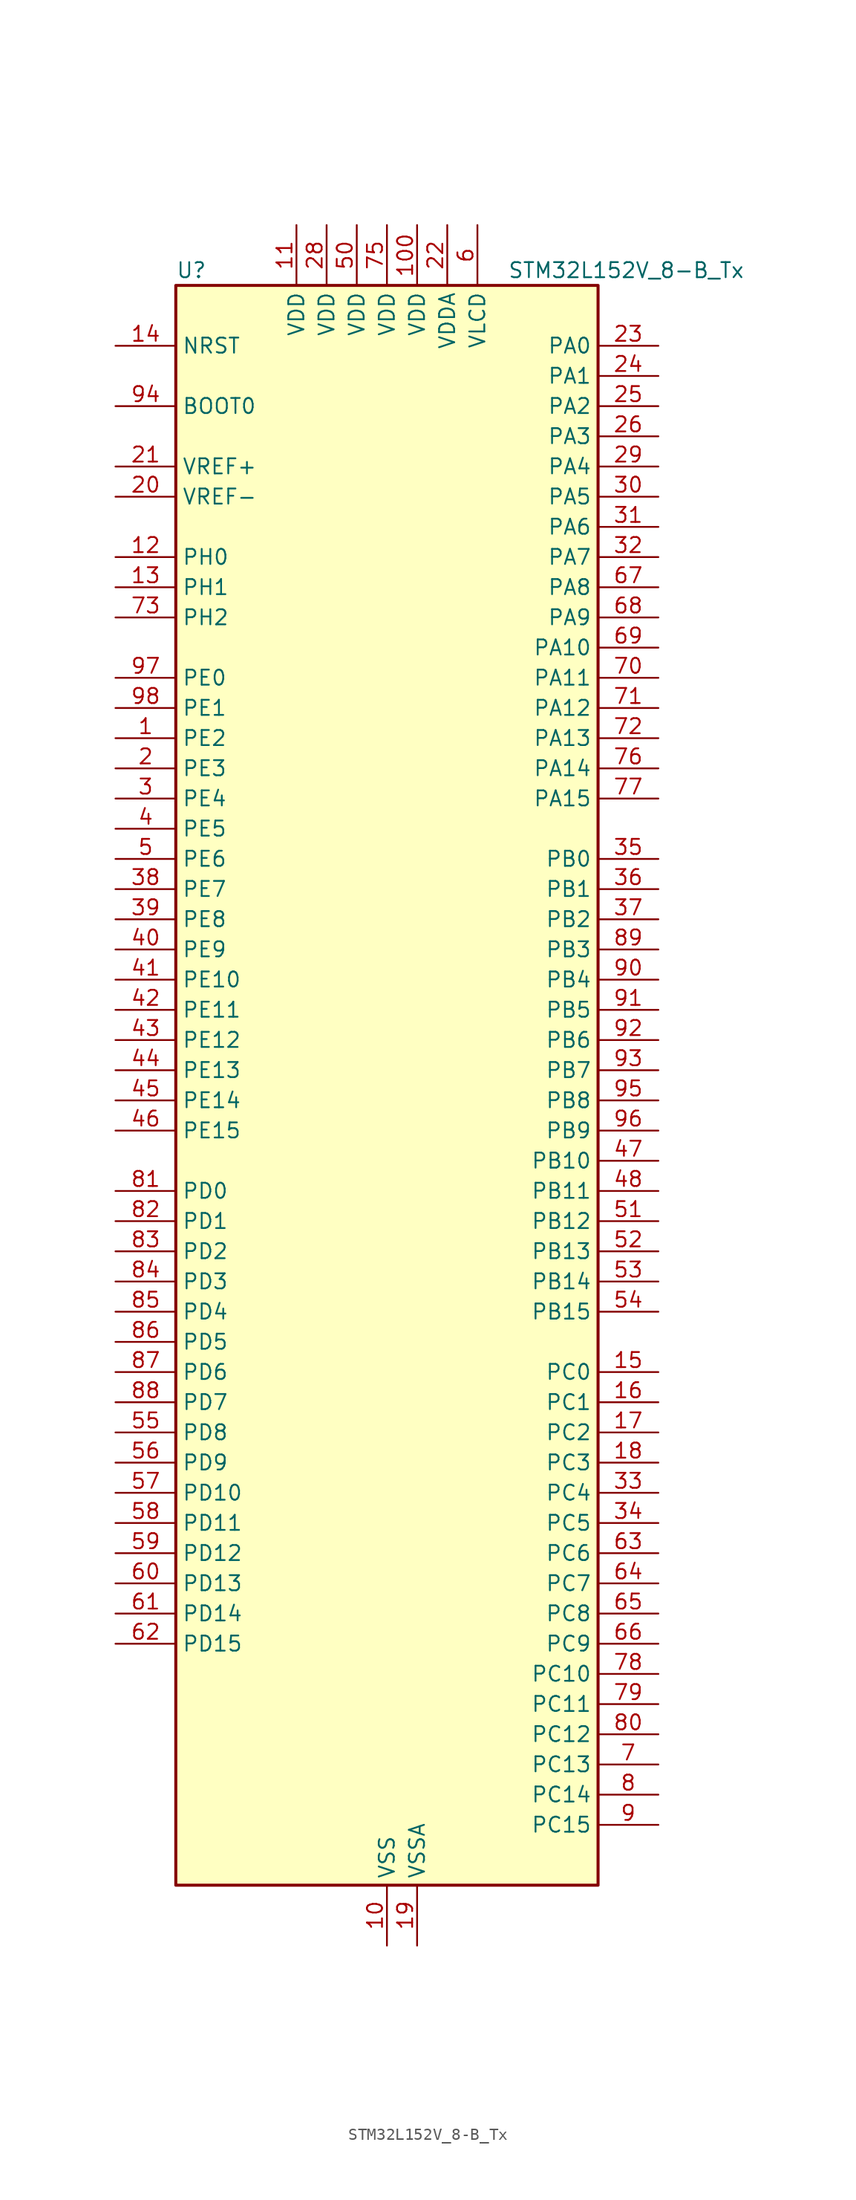
<source format=kicad_sym>
(kicad_symbol_lib
  (version 20241209)
  (generator "kicad_symbol_editor")
  (generator_version "9.0")
  (symbol "STM32L152V_8-B_Tx"
    (property "Reference" "U"
      (at -17.78 69.85 0)
      (effects (font (size 1.27 1.27)) (justify left)))
    (property "Value" "STM32L152V_8-B_Tx"
      (at 10.16 69.85 0)
      (effects (font (size 1.27 1.27)) (justify left)))
    (symbol "STM32L152V_8-B_Tx_0_1"
      (rectangle (start -17.78 -66.04) (end 17.78 68.58) (stroke (width 0.254) (type default)) (fill (type background))))
    (symbol "STM32L152V_8-B_Tx_1_1"
      (pin input line (at -22.86 63.5 0) (length 5.08) (name "NRST" (effects (font (size 1.27 1.27)))) (number "14" (effects (font (size 1.27 1.27)))))
      (pin input line (at -22.86 58.42 0) (length 5.08) (name "BOOT0" (effects (font (size 1.27 1.27)))) (number "94" (effects (font (size 1.27 1.27)))))
      (pin input line (at -22.86 53.34 0) (length 5.08) (name "VREF+" (effects (font (size 1.27 1.27)))) (number "21" (effects (font (size 1.27 1.27)))))
      (pin input line (at -22.86 50.8 0) (length 5.08) (name "VREF-" (effects (font (size 1.27 1.27)))) (number "20" (effects (font (size 1.27 1.27)))))
      (pin bidirectional line (at -22.86 45.72 0) (length 5.08) (name "PH0" (effects (font (size 1.27 1.27)))) (number "12" (effects (font (size 1.27 1.27)))) (alternate "RCC_OSC_IN" bidirectional line))
      (pin bidirectional line (at -22.86 43.18 0) (length 5.08) (name "PH1" (effects (font (size 1.27 1.27)))) (number "13" (effects (font (size 1.27 1.27)))) (alternate "RCC_OSC_OUT" bidirectional line))
      (pin bidirectional line (at -22.86 40.64 0) (length 5.08) (name "PH2" (effects (font (size 1.27 1.27)))) (number "73" (effects (font (size 1.27 1.27)))))
      (pin bidirectional line (at -22.86 35.56 0) (length 5.08) (name "PE0" (effects (font (size 1.27 1.27)))) (number "97" (effects (font (size 1.27 1.27)))) (alternate "LCD_SEG36" bidirectional line) (alternate "TIM10_CH1" bidirectional line) (alternate "TIM4_ETR" bidirectional line) (alternate "TIMX_IC1" bidirectional line))
      (pin bidirectional line (at -22.86 33.02 0) (length 5.08) (name "PE1" (effects (font (size 1.27 1.27)))) (number "98" (effects (font (size 1.27 1.27)))) (alternate "LCD_SEG37" bidirectional line) (alternate "TIM11_CH1" bidirectional line) (alternate "TIMX_IC2" bidirectional line))
      (pin bidirectional line (at -22.86 30.48 0) (length 5.08) (name "PE2" (effects (font (size 1.27 1.27)))) (number "1" (effects (font (size 1.27 1.27)))) (alternate "LCD_SEG38" bidirectional line) (alternate "SYS_TRACECK" bidirectional line) (alternate "TIM3_ETR" bidirectional line) (alternate "TIMX_IC3" bidirectional line))
      (pin bidirectional line (at -22.86 27.94 0) (length 5.08) (name "PE3" (effects (font (size 1.27 1.27)))) (number "2" (effects (font (size 1.27 1.27)))) (alternate "LCD_SEG39" bidirectional line) (alternate "SYS_TRACED0" bidirectional line) (alternate "TIM3_CH1" bidirectional line) (alternate "TIMX_IC4" bidirectional line))
      (pin bidirectional line (at -22.86 25.4 0) (length 5.08) (name "PE4" (effects (font (size 1.27 1.27)))) (number "3" (effects (font (size 1.27 1.27)))) (alternate "SYS_TRACED1" bidirectional line) (alternate "TIM3_CH2" bidirectional line) (alternate "TIMX_IC1" bidirectional line))
      (pin bidirectional line (at -22.86 22.86 0) (length 5.08) (name "PE5" (effects (font (size 1.27 1.27)))) (number "4" (effects (font (size 1.27 1.27)))) (alternate "SYS_TRACED2" bidirectional line) (alternate "TIM9_CH1" bidirectional line) (alternate "TIMX_IC2" bidirectional line))
      (pin bidirectional line (at -22.86 20.32 0) (length 5.08) (name "PE6" (effects (font (size 1.27 1.27)))) (number "5" (effects (font (size 1.27 1.27)))) (alternate "SYS_TRACED3" bidirectional line) (alternate "SYS_WKUP3" bidirectional line) (alternate "TIM9_CH2" bidirectional line) (alternate "TIMX_IC3" bidirectional line))
      (pin bidirectional line (at -22.86 17.78 0) (length 5.08) (name "PE7" (effects (font (size 1.27 1.27)))) (number "38" (effects (font (size 1.27 1.27)))) (alternate "ADC_IN22" bidirectional line) (alternate "COMP1_INP" bidirectional line) (alternate "TIMX_IC4" bidirectional line))
      (pin bidirectional line (at -22.86 15.24 0) (length 5.08) (name "PE8" (effects (font (size 1.27 1.27)))) (number "39" (effects (font (size 1.27 1.27)))) (alternate "ADC_IN23" bidirectional line) (alternate "COMP1_INP" bidirectional line) (alternate "TIMX_IC1" bidirectional line))
      (pin bidirectional line (at -22.86 12.7 0) (length 5.08) (name "PE9" (effects (font (size 1.27 1.27)))) (number "40" (effects (font (size 1.27 1.27)))) (alternate "ADC_IN24" bidirectional line) (alternate "COMP1_INP" bidirectional line) (alternate "DAC_EXTI9" bidirectional line) (alternate "TIM2_CH1" bidirectional line) (alternate "TIM2_ETR" bidirectional line) (alternate "TIMX_IC2" bidirectional line))
      (pin bidirectional line (at -22.86 10.16 0) (length 5.08) (name "PE10" (effects (font (size 1.27 1.27)))) (number "41" (effects (font (size 1.27 1.27)))) (alternate "ADC_IN25" bidirectional line) (alternate "COMP1_INP" bidirectional line) (alternate "TIM2_CH2" bidirectional line) (alternate "TIMX_IC3" bidirectional line))
      (pin bidirectional line (at -22.86 7.62 0) (length 5.08) (name "PE11" (effects (font (size 1.27 1.27)))) (number "42" (effects (font (size 1.27 1.27)))) (alternate "ADC_EXTI11" bidirectional line) (alternate "TIM2_CH3" bidirectional line) (alternate "TIMX_IC4" bidirectional line))
      (pin bidirectional line (at -22.86 5.08 0) (length 5.08) (name "PE12" (effects (font (size 1.27 1.27)))) (number "43" (effects (font (size 1.27 1.27)))) (alternate "SPI1_NSS" bidirectional line) (alternate "TIM2_CH4" bidirectional line) (alternate "TIMX_IC1" bidirectional line))
      (pin bidirectional line (at -22.86 2.54 0) (length 5.08) (name "PE13" (effects (font (size 1.27 1.27)))) (number "44" (effects (font (size 1.27 1.27)))) (alternate "SPI1_SCK" bidirectional line) (alternate "TIMX_IC2" bidirectional line))
      (pin bidirectional line (at -22.86 0 0) (length 5.08) (name "PE14" (effects (font (size 1.27 1.27)))) (number "45" (effects (font (size 1.27 1.27)))) (alternate "SPI1_MISO" bidirectional line) (alternate "TIMX_IC3" bidirectional line))
      (pin bidirectional line (at -22.86 -2.54 0) (length 5.08) (name "PE15" (effects (font (size 1.27 1.27)))) (number "46" (effects (font (size 1.27 1.27)))) (alternate "ADC_EXTI15" bidirectional line) (alternate "SPI1_MOSI" bidirectional line) (alternate "TIMX_IC4" bidirectional line))
      (pin bidirectional line (at -22.86 -7.62 0) (length 5.08) (name "PD0" (effects (font (size 1.27 1.27)))) (number "81" (effects (font (size 1.27 1.27)))) (alternate "SPI2_NSS" bidirectional line) (alternate "TIM9_CH1" bidirectional line) (alternate "TIMX_IC1" bidirectional line))
      (pin bidirectional line (at -22.86 -10.16 0) (length 5.08) (name "PD1" (effects (font (size 1.27 1.27)))) (number "82" (effects (font (size 1.27 1.27)))) (alternate "SPI2_SCK" bidirectional line) (alternate "TIMX_IC2" bidirectional line))
      (pin bidirectional line (at -22.86 -12.7 0) (length 5.08) (name "PD2" (effects (font (size 1.27 1.27)))) (number "83" (effects (font (size 1.27 1.27)))) (alternate "LCD_COM7" bidirectional line) (alternate "LCD_SEG31" bidirectional line) (alternate "LCD_SEG43" bidirectional line) (alternate "TIM3_ETR" bidirectional line) (alternate "TIMX_IC3" bidirectional line))
      (pin bidirectional line (at -22.86 -15.24 0) (length 5.08) (name "PD3" (effects (font (size 1.27 1.27)))) (number "84" (effects (font (size 1.27 1.27)))) (alternate "SPI2_MISO" bidirectional line) (alternate "TIMX_IC4" bidirectional line) (alternate "USART2_CTS" bidirectional line))
      (pin bidirectional line (at -22.86 -17.78 0) (length 5.08) (name "PD4" (effects (font (size 1.27 1.27)))) (number "85" (effects (font (size 1.27 1.27)))) (alternate "SPI2_MOSI" bidirectional line) (alternate "TIMX_IC1" bidirectional line) (alternate "USART2_RTS" bidirectional line))
      (pin bidirectional line (at -22.86 -20.32 0) (length 5.08) (name "PD5" (effects (font (size 1.27 1.27)))) (number "86" (effects (font (size 1.27 1.27)))) (alternate "TIMX_IC2" bidirectional line) (alternate "USART2_TX" bidirectional line))
      (pin bidirectional line (at -22.86 -22.86 0) (length 5.08) (name "PD6" (effects (font (size 1.27 1.27)))) (number "87" (effects (font (size 1.27 1.27)))) (alternate "TIMX_IC3" bidirectional line) (alternate "USART2_RX" bidirectional line))
      (pin bidirectional line (at -22.86 -25.4 0) (length 5.08) (name "PD7" (effects (font (size 1.27 1.27)))) (number "88" (effects (font (size 1.27 1.27)))) (alternate "TIM9_CH2" bidirectional line) (alternate "TIMX_IC4" bidirectional line) (alternate "USART2_CK" bidirectional line))
      (pin bidirectional line (at -22.86 -27.94 0) (length 5.08) (name "PD8" (effects (font (size 1.27 1.27)))) (number "55" (effects (font (size 1.27 1.27)))) (alternate "LCD_SEG28" bidirectional line) (alternate "TIMX_IC1" bidirectional line) (alternate "USART3_TX" bidirectional line))
      (pin bidirectional line (at -22.86 -30.48 0) (length 5.08) (name "PD9" (effects (font (size 1.27 1.27)))) (number "56" (effects (font (size 1.27 1.27)))) (alternate "DAC_EXTI9" bidirectional line) (alternate "LCD_SEG29" bidirectional line) (alternate "TIMX_IC2" bidirectional line) (alternate "USART3_RX" bidirectional line))
      (pin bidirectional line (at -22.86 -33.02 0) (length 5.08) (name "PD10" (effects (font (size 1.27 1.27)))) (number "57" (effects (font (size 1.27 1.27)))) (alternate "LCD_SEG30" bidirectional line) (alternate "TIMX_IC3" bidirectional line) (alternate "USART3_CK" bidirectional line))
      (pin bidirectional line (at -22.86 -35.56 0) (length 5.08) (name "PD11" (effects (font (size 1.27 1.27)))) (number "58" (effects (font (size 1.27 1.27)))) (alternate "ADC_EXTI11" bidirectional line) (alternate "LCD_SEG31" bidirectional line) (alternate "TIMX_IC4" bidirectional line) (alternate "USART3_CTS" bidirectional line))
      (pin bidirectional line (at -22.86 -38.1 0) (length 5.08) (name "PD12" (effects (font (size 1.27 1.27)))) (number "59" (effects (font (size 1.27 1.27)))) (alternate "LCD_SEG32" bidirectional line) (alternate "TIM4_CH1" bidirectional line) (alternate "TIMX_IC1" bidirectional line) (alternate "USART3_RTS" bidirectional line))
      (pin bidirectional line (at -22.86 -40.64 0) (length 5.08) (name "PD13" (effects (font (size 1.27 1.27)))) (number "60" (effects (font (size 1.27 1.27)))) (alternate "LCD_SEG33" bidirectional line) (alternate "TIM4_CH2" bidirectional line) (alternate "TIMX_IC2" bidirectional line))
      (pin bidirectional line (at -22.86 -43.18 0) (length 5.08) (name "PD14" (effects (font (size 1.27 1.27)))) (number "61" (effects (font (size 1.27 1.27)))) (alternate "LCD_SEG34" bidirectional line) (alternate "TIM4_CH3" bidirectional line) (alternate "TIMX_IC3" bidirectional line))
      (pin bidirectional line (at -22.86 -45.72 0) (length 5.08) (name "PD15" (effects (font (size 1.27 1.27)))) (number "62" (effects (font (size 1.27 1.27)))) (alternate "ADC_EXTI15" bidirectional line) (alternate "LCD_SEG35" bidirectional line) (alternate "TIM4_CH4" bidirectional line) (alternate "TIMX_IC4" bidirectional line))
      (pin power_in line (at -7.62 73.66 270) (length 5.08) (name "VDD" (effects (font (size 1.27 1.27)))) (number "11" (effects (font (size 1.27 1.27)))))
      (pin power_in line (at -5.08 73.66 270) (length 5.08) (name "VDD" (effects (font (size 1.27 1.27)))) (number "28" (effects (font (size 1.27 1.27)))))
      (pin power_in line (at -2.54 73.66 270) (length 5.08) (name "VDD" (effects (font (size 1.27 1.27)))) (number "50" (effects (font (size 1.27 1.27)))))
      (pin power_in line (at 0 73.66 270) (length 5.08) (name "VDD" (effects (font (size 1.27 1.27)))) (number "75" (effects (font (size 1.27 1.27)))))
      (pin power_in line (at 0 -71.12 90) (length 5.08) (name "VSS" (effects (font (size 1.27 1.27)))) (number "10" (effects (font (size 1.27 1.27)))))
      (pin passive line (at 0 -71.12 90) (length 5.08) (hide yes) (name "VSS" (effects (font (size 1.27 1.27)))) (number "27" (effects (font (size 1.27 1.27)))))
      (pin passive line (at 0 -71.12 90) (length 5.08) (hide yes) (name "VSS" (effects (font (size 1.27 1.27)))) (number "49" (effects (font (size 1.27 1.27)))))
      (pin passive line (at 0 -71.12 90) (length 5.08) (hide yes) (name "VSS" (effects (font (size 1.27 1.27)))) (number "74" (effects (font (size 1.27 1.27)))))
      (pin passive line (at 0 -71.12 90) (length 5.08) (hide yes) (name "VSS" (effects (font (size 1.27 1.27)))) (number "99" (effects (font (size 1.27 1.27)))))
      (pin power_in line (at 2.54 73.66 270) (length 5.08) (name "VDD" (effects (font (size 1.27 1.27)))) (number "100" (effects (font (size 1.27 1.27)))))
      (pin power_in line (at 2.54 -71.12 90) (length 5.08) (name "VSSA" (effects (font (size 1.27 1.27)))) (number "19" (effects (font (size 1.27 1.27)))))
      (pin power_in line (at 5.08 73.66 270) (length 5.08) (name "VDDA" (effects (font (size 1.27 1.27)))) (number "22" (effects (font (size 1.27 1.27)))))
      (pin power_in line (at 7.62 73.66 270) (length 5.08) (name "VLCD" (effects (font (size 1.27 1.27)))) (number "6" (effects (font (size 1.27 1.27)))))
      (pin bidirectional line (at 22.86 63.5 180) (length 5.08) (name "PA0" (effects (font (size 1.27 1.27)))) (number "23" (effects (font (size 1.27 1.27)))) (alternate "ADC_IN0" bidirectional line) (alternate "COMP1_INP" bidirectional line) (alternate "SYS_WKUP1" bidirectional line) (alternate "TIM2_CH1" bidirectional line) (alternate "TIM2_ETR" bidirectional line) (alternate "TIMX_IC1" bidirectional line) (alternate "TS_G1_IO1" bidirectional line) (alternate "USART2_CTS" bidirectional line))
      (pin bidirectional line (at 22.86 60.96 180) (length 5.08) (name "PA1" (effects (font (size 1.27 1.27)))) (number "24" (effects (font (size 1.27 1.27)))) (alternate "ADC_IN1" bidirectional line) (alternate "COMP1_INP" bidirectional line) (alternate "LCD_SEG0" bidirectional line) (alternate "TIM2_CH2" bidirectional line) (alternate "TIMX_IC2" bidirectional line) (alternate "TS_G1_IO2" bidirectional line) (alternate "USART2_RTS" bidirectional line))
      (pin bidirectional line (at 22.86 58.42 180) (length 5.08) (name "PA2" (effects (font (size 1.27 1.27)))) (number "25" (effects (font (size 1.27 1.27)))) (alternate "ADC_IN2" bidirectional line) (alternate "COMP1_INP" bidirectional line) (alternate "LCD_SEG1" bidirectional line) (alternate "TIM2_CH3" bidirectional line) (alternate "TIM9_CH1" bidirectional line) (alternate "TIMX_IC3" bidirectional line) (alternate "TS_G1_IO3" bidirectional line) (alternate "USART2_TX" bidirectional line))
      (pin bidirectional line (at 22.86 55.88 180) (length 5.08) (name "PA3" (effects (font (size 1.27 1.27)))) (number "26" (effects (font (size 1.27 1.27)))) (alternate "ADC_IN3" bidirectional line) (alternate "COMP1_INP" bidirectional line) (alternate "LCD_SEG2" bidirectional line) (alternate "TIM2_CH4" bidirectional line) (alternate "TIM9_CH2" bidirectional line) (alternate "TIMX_IC4" bidirectional line) (alternate "TS_G1_IO4" bidirectional line) (alternate "USART2_RX" bidirectional line))
      (pin bidirectional line (at 22.86 53.34 180) (length 5.08) (name "PA4" (effects (font (size 1.27 1.27)))) (number "29" (effects (font (size 1.27 1.27)))) (alternate "ADC_IN4" bidirectional line) (alternate "COMP1_INP" bidirectional line) (alternate "DAC_OUT1" bidirectional line) (alternate "SPI1_NSS" bidirectional line) (alternate "TIMX_IC1" bidirectional line) (alternate "USART2_CK" bidirectional line))
      (pin bidirectional line (at 22.86 50.8 180) (length 5.08) (name "PA5" (effects (font (size 1.27 1.27)))) (number "30" (effects (font (size 1.27 1.27)))) (alternate "ADC_IN5" bidirectional line) (alternate "COMP1_INP" bidirectional line) (alternate "DAC_OUT2" bidirectional line) (alternate "SPI1_SCK" bidirectional line) (alternate "TIM2_CH1" bidirectional line) (alternate "TIM2_ETR" bidirectional line) (alternate "TIMX_IC2" bidirectional line))
      (pin bidirectional line (at 22.86 48.26 180) (length 5.08) (name "PA6" (effects (font (size 1.27 1.27)))) (number "31" (effects (font (size 1.27 1.27)))) (alternate "ADC_IN6" bidirectional line) (alternate "COMP1_INP" bidirectional line) (alternate "LCD_SEG3" bidirectional line) (alternate "SPI1_MISO" bidirectional line) (alternate "TIM10_CH1" bidirectional line) (alternate "TIM3_CH1" bidirectional line) (alternate "TIMX_IC3" bidirectional line) (alternate "TS_G2_IO1" bidirectional line))
      (pin bidirectional line (at 22.86 45.72 180) (length 5.08) (name "PA7" (effects (font (size 1.27 1.27)))) (number "32" (effects (font (size 1.27 1.27)))) (alternate "ADC_IN7" bidirectional line) (alternate "COMP1_INP" bidirectional line) (alternate "LCD_SEG4" bidirectional line) (alternate "SPI1_MOSI" bidirectional line) (alternate "TIM11_CH1" bidirectional line) (alternate "TIM3_CH2" bidirectional line) (alternate "TIMX_IC4" bidirectional line) (alternate "TS_G2_IO2" bidirectional line))
      (pin bidirectional line (at 22.86 43.18 180) (length 5.08) (name "PA8" (effects (font (size 1.27 1.27)))) (number "67" (effects (font (size 1.27 1.27)))) (alternate "LCD_COM0" bidirectional line) (alternate "RCC_MCO" bidirectional line) (alternate "TIMX_IC1" bidirectional line) (alternate "TS_G4_IO1" bidirectional line) (alternate "USART1_CK" bidirectional line))
      (pin bidirectional line (at 22.86 40.64 180) (length 5.08) (name "PA9" (effects (font (size 1.27 1.27)))) (number "68" (effects (font (size 1.27 1.27)))) (alternate "DAC_EXTI9" bidirectional line) (alternate "LCD_COM1" bidirectional line) (alternate "TIMX_IC2" bidirectional line) (alternate "TS_G4_IO2" bidirectional line) (alternate "USART1_TX" bidirectional line))
      (pin bidirectional line (at 22.86 38.1 180) (length 5.08) (name "PA10" (effects (font (size 1.27 1.27)))) (number "69" (effects (font (size 1.27 1.27)))) (alternate "LCD_COM2" bidirectional line) (alternate "TIMX_IC3" bidirectional line) (alternate "TS_G4_IO3" bidirectional line) (alternate "USART1_RX" bidirectional line))
      (pin bidirectional line (at 22.86 35.56 180) (length 5.08) (name "PA11" (effects (font (size 1.27 1.27)))) (number "70" (effects (font (size 1.27 1.27)))) (alternate "ADC_EXTI11" bidirectional line) (alternate "SPI1_MISO" bidirectional line) (alternate "TIMX_IC4" bidirectional line) (alternate "USART1_CTS" bidirectional line) (alternate "USB_DM" bidirectional line))
      (pin bidirectional line (at 22.86 33.02 180) (length 5.08) (name "PA12" (effects (font (size 1.27 1.27)))) (number "71" (effects (font (size 1.27 1.27)))) (alternate "SPI1_MOSI" bidirectional line) (alternate "TIMX_IC1" bidirectional line) (alternate "USART1_RTS" bidirectional line) (alternate "USB_DP" bidirectional line))
      (pin bidirectional line (at 22.86 30.48 180) (length 5.08) (name "PA13" (effects (font (size 1.27 1.27)))) (number "72" (effects (font (size 1.27 1.27)))) (alternate "SYS_JTMS-SWDIO" bidirectional line) (alternate "TIMX_IC2" bidirectional line) (alternate "TS_G5_IO1" bidirectional line))
      (pin bidirectional line (at 22.86 27.94 180) (length 5.08) (name "PA14" (effects (font (size 1.27 1.27)))) (number "76" (effects (font (size 1.27 1.27)))) (alternate "SYS_JTCK-SWCLK" bidirectional line) (alternate "TIMX_IC3" bidirectional line) (alternate "TS_G5_IO2" bidirectional line))
      (pin bidirectional line (at 22.86 25.4 180) (length 5.08) (name "PA15" (effects (font (size 1.27 1.27)))) (number "77" (effects (font (size 1.27 1.27)))) (alternate "ADC_EXTI15" bidirectional line) (alternate "LCD_SEG17" bidirectional line) (alternate "SPI1_NSS" bidirectional line) (alternate "SYS_JTDI" bidirectional line) (alternate "TIM2_CH1" bidirectional line) (alternate "TIM2_ETR" bidirectional line) (alternate "TIMX_IC4" bidirectional line) (alternate "TS_G5_IO3" bidirectional line))
      (pin bidirectional line (at 22.86 20.32 180) (length 5.08) (name "PB0" (effects (font (size 1.27 1.27)))) (number "35" (effects (font (size 1.27 1.27)))) (alternate "ADC_IN8" bidirectional line) (alternate "COMP1_INP" bidirectional line) (alternate "LCD_SEG5" bidirectional line) (alternate "SYS_V_REF_OUT" bidirectional line) (alternate "TIM3_CH3" bidirectional line) (alternate "TS_G3_IO1" bidirectional line))
      (pin bidirectional line (at 22.86 17.78 180) (length 5.08) (name "PB1" (effects (font (size 1.27 1.27)))) (number "36" (effects (font (size 1.27 1.27)))) (alternate "ADC_IN9" bidirectional line) (alternate "COMP1_INP" bidirectional line) (alternate "LCD_SEG6" bidirectional line) (alternate "SYS_V_REF_OUT" bidirectional line) (alternate "TIM3_CH4" bidirectional line) (alternate "TS_G3_IO2" bidirectional line))
      (pin bidirectional line (at 22.86 15.24 180) (length 5.08) (name "PB2" (effects (font (size 1.27 1.27)))) (number "37" (effects (font (size 1.27 1.27)))))
      (pin bidirectional line (at 22.86 12.7 180) (length 5.08) (name "PB3" (effects (font (size 1.27 1.27)))) (number "89" (effects (font (size 1.27 1.27)))) (alternate "COMP2_INM" bidirectional line) (alternate "LCD_SEG7" bidirectional line) (alternate "SPI1_SCK" bidirectional line) (alternate "SYS_JTDO-TRACESWO" bidirectional line) (alternate "TIM2_CH2" bidirectional line))
      (pin bidirectional line (at 22.86 10.16 180) (length 5.08) (name "PB4" (effects (font (size 1.27 1.27)))) (number "90" (effects (font (size 1.27 1.27)))) (alternate "COMP2_INP" bidirectional line) (alternate "LCD_SEG8" bidirectional line) (alternate "SPI1_MISO" bidirectional line) (alternate "SYS_JTRST" bidirectional line) (alternate "TIM3_CH1" bidirectional line) (alternate "TS_G6_IO1" bidirectional line))
      (pin bidirectional line (at 22.86 7.62 180) (length 5.08) (name "PB5" (effects (font (size 1.27 1.27)))) (number "91" (effects (font (size 1.27 1.27)))) (alternate "COMP2_INP" bidirectional line) (alternate "I2C1_SMBA" bidirectional line) (alternate "LCD_SEG9" bidirectional line) (alternate "SPI1_MOSI" bidirectional line) (alternate "TIM3_CH2" bidirectional line) (alternate "TS_G6_IO2" bidirectional line))
      (pin bidirectional line (at 22.86 5.08 180) (length 5.08) (name "PB6" (effects (font (size 1.27 1.27)))) (number "92" (effects (font (size 1.27 1.27)))) (alternate "I2C1_SCL" bidirectional line) (alternate "TIM4_CH1" bidirectional line) (alternate "USART1_TX" bidirectional line))
      (pin bidirectional line (at 22.86 2.54 180) (length 5.08) (name "PB7" (effects (font (size 1.27 1.27)))) (number "93" (effects (font (size 1.27 1.27)))) (alternate "I2C1_SDA" bidirectional line) (alternate "SYS_PVD_IN" bidirectional line) (alternate "TIM4_CH2" bidirectional line) (alternate "USART1_RX" bidirectional line))
      (pin bidirectional line (at 22.86 0 180) (length 5.08) (name "PB8" (effects (font (size 1.27 1.27)))) (number "95" (effects (font (size 1.27 1.27)))) (alternate "I2C1_SCL" bidirectional line) (alternate "LCD_SEG16" bidirectional line) (alternate "TIM10_CH1" bidirectional line) (alternate "TIM4_CH3" bidirectional line))
      (pin bidirectional line (at 22.86 -2.54 180) (length 5.08) (name "PB9" (effects (font (size 1.27 1.27)))) (number "96" (effects (font (size 1.27 1.27)))) (alternate "DAC_EXTI9" bidirectional line) (alternate "I2C1_SDA" bidirectional line) (alternate "LCD_COM3" bidirectional line) (alternate "TIM11_CH1" bidirectional line) (alternate "TIM4_CH4" bidirectional line))
      (pin bidirectional line (at 22.86 -5.08 180) (length 5.08) (name "PB10" (effects (font (size 1.27 1.27)))) (number "47" (effects (font (size 1.27 1.27)))) (alternate "I2C2_SCL" bidirectional line) (alternate "LCD_SEG10" bidirectional line) (alternate "TIM2_CH3" bidirectional line) (alternate "USART3_TX" bidirectional line))
      (pin bidirectional line (at 22.86 -7.62 180) (length 5.08) (name "PB11" (effects (font (size 1.27 1.27)))) (number "48" (effects (font (size 1.27 1.27)))) (alternate "ADC_EXTI11" bidirectional line) (alternate "I2C2_SDA" bidirectional line) (alternate "LCD_SEG11" bidirectional line) (alternate "TIM2_CH4" bidirectional line) (alternate "USART3_RX" bidirectional line))
      (pin bidirectional line (at 22.86 -10.16 180) (length 5.08) (name "PB12" (effects (font (size 1.27 1.27)))) (number "51" (effects (font (size 1.27 1.27)))) (alternate "ADC_IN18" bidirectional line) (alternate "COMP1_INP" bidirectional line) (alternate "I2C2_SMBA" bidirectional line) (alternate "LCD_SEG12" bidirectional line) (alternate "SPI2_NSS" bidirectional line) (alternate "TIM10_CH1" bidirectional line) (alternate "TS_G7_IO1" bidirectional line) (alternate "USART3_CK" bidirectional line))
      (pin bidirectional line (at 22.86 -12.7 180) (length 5.08) (name "PB13" (effects (font (size 1.27 1.27)))) (number "52" (effects (font (size 1.27 1.27)))) (alternate "ADC_IN19" bidirectional line) (alternate "COMP1_INP" bidirectional line) (alternate "LCD_SEG13" bidirectional line) (alternate "SPI2_SCK" bidirectional line) (alternate "TIM9_CH1" bidirectional line) (alternate "TS_G7_IO2" bidirectional line) (alternate "USART3_CTS" bidirectional line))
      (pin bidirectional line (at 22.86 -15.24 180) (length 5.08) (name "PB14" (effects (font (size 1.27 1.27)))) (number "53" (effects (font (size 1.27 1.27)))) (alternate "ADC_IN20" bidirectional line) (alternate "COMP1_INP" bidirectional line) (alternate "LCD_SEG14" bidirectional line) (alternate "SPI2_MISO" bidirectional line) (alternate "TIM9_CH2" bidirectional line) (alternate "TS_G7_IO3" bidirectional line) (alternate "USART3_RTS" bidirectional line))
      (pin bidirectional line (at 22.86 -17.78 180) (length 5.08) (name "PB15" (effects (font (size 1.27 1.27)))) (number "54" (effects (font (size 1.27 1.27)))) (alternate "ADC_EXTI15" bidirectional line) (alternate "ADC_IN21" bidirectional line) (alternate "COMP1_INP" bidirectional line) (alternate "LCD_SEG15" bidirectional line) (alternate "RTC_REFIN" bidirectional line) (alternate "SPI2_MOSI" bidirectional line) (alternate "TIM11_CH1" bidirectional line) (alternate "TS_G7_IO4" bidirectional line))
      (pin bidirectional line (at 22.86 -22.86 180) (length 5.08) (name "PC0" (effects (font (size 1.27 1.27)))) (number "15" (effects (font (size 1.27 1.27)))) (alternate "ADC_IN10" bidirectional line) (alternate "COMP1_INP" bidirectional line) (alternate "LCD_SEG18" bidirectional line) (alternate "TIMX_IC1" bidirectional line) (alternate "TS_G8_IO1" bidirectional line))
      (pin bidirectional line (at 22.86 -25.4 180) (length 5.08) (name "PC1" (effects (font (size 1.27 1.27)))) (number "16" (effects (font (size 1.27 1.27)))) (alternate "ADC_IN11" bidirectional line) (alternate "COMP1_INP" bidirectional line) (alternate "LCD_SEG19" bidirectional line) (alternate "TIMX_IC2" bidirectional line) (alternate "TS_G8_IO2" bidirectional line))
      (pin bidirectional line (at 22.86 -27.94 180) (length 5.08) (name "PC2" (effects (font (size 1.27 1.27)))) (number "17" (effects (font (size 1.27 1.27)))) (alternate "ADC_IN12" bidirectional line) (alternate "COMP1_INP" bidirectional line) (alternate "LCD_SEG20" bidirectional line) (alternate "TIMX_IC3" bidirectional line) (alternate "TS_G8_IO3" bidirectional line))
      (pin bidirectional line (at 22.86 -30.48 180) (length 5.08) (name "PC3" (effects (font (size 1.27 1.27)))) (number "18" (effects (font (size 1.27 1.27)))) (alternate "ADC_IN13" bidirectional line) (alternate "COMP1_INP" bidirectional line) (alternate "LCD_SEG21" bidirectional line) (alternate "TIMX_IC4" bidirectional line) (alternate "TS_G8_IO4" bidirectional line))
      (pin bidirectional line (at 22.86 -33.02 180) (length 5.08) (name "PC4" (effects (font (size 1.27 1.27)))) (number "33" (effects (font (size 1.27 1.27)))) (alternate "ADC_IN14" bidirectional line) (alternate "COMP1_INP" bidirectional line) (alternate "LCD_SEG22" bidirectional line) (alternate "TIMX_IC1" bidirectional line) (alternate "TS_G9_IO1" bidirectional line))
      (pin bidirectional line (at 22.86 -35.56 180) (length 5.08) (name "PC5" (effects (font (size 1.27 1.27)))) (number "34" (effects (font (size 1.27 1.27)))) (alternate "ADC_IN15" bidirectional line) (alternate "COMP1_INP" bidirectional line) (alternate "LCD_SEG23" bidirectional line) (alternate "TIMX_IC2" bidirectional line) (alternate "TS_G9_IO2" bidirectional line))
      (pin bidirectional line (at 22.86 -38.1 180) (length 5.08) (name "PC6" (effects (font (size 1.27 1.27)))) (number "63" (effects (font (size 1.27 1.27)))) (alternate "LCD_SEG24" bidirectional line) (alternate "TIM3_CH1" bidirectional line) (alternate "TIMX_IC3" bidirectional line) (alternate "TS_G10_IO1" bidirectional line))
      (pin bidirectional line (at 22.86 -40.64 180) (length 5.08) (name "PC7" (effects (font (size 1.27 1.27)))) (number "64" (effects (font (size 1.27 1.27)))) (alternate "LCD_SEG25" bidirectional line) (alternate "TIM3_CH2" bidirectional line) (alternate "TIMX_IC4" bidirectional line) (alternate "TS_G10_IO2" bidirectional line))
      (pin bidirectional line (at 22.86 -43.18 180) (length 5.08) (name "PC8" (effects (font (size 1.27 1.27)))) (number "65" (effects (font (size 1.27 1.27)))) (alternate "LCD_SEG26" bidirectional line) (alternate "TIM3_CH3" bidirectional line) (alternate "TIMX_IC1" bidirectional line) (alternate "TS_G10_IO3" bidirectional line))
      (pin bidirectional line (at 22.86 -45.72 180) (length 5.08) (name "PC9" (effects (font (size 1.27 1.27)))) (number "66" (effects (font (size 1.27 1.27)))) (alternate "DAC_EXTI9" bidirectional line) (alternate "LCD_SEG27" bidirectional line) (alternate "TIM3_CH4" bidirectional line) (alternate "TIMX_IC2" bidirectional line) (alternate "TS_G10_IO4" bidirectional line))
      (pin bidirectional line (at 22.86 -48.26 180) (length 5.08) (name "PC10" (effects (font (size 1.27 1.27)))) (number "78" (effects (font (size 1.27 1.27)))) (alternate "LCD_COM4" bidirectional line) (alternate "LCD_SEG28" bidirectional line) (alternate "LCD_SEG40" bidirectional line) (alternate "TIMX_IC3" bidirectional line) (alternate "USART3_TX" bidirectional line))
      (pin bidirectional line (at 22.86 -50.8 180) (length 5.08) (name "PC11" (effects (font (size 1.27 1.27)))) (number "79" (effects (font (size 1.27 1.27)))) (alternate "ADC_EXTI11" bidirectional line) (alternate "LCD_COM5" bidirectional line) (alternate "LCD_SEG29" bidirectional line) (alternate "LCD_SEG41" bidirectional line) (alternate "TIMX_IC4" bidirectional line) (alternate "USART3_RX" bidirectional line))
      (pin bidirectional line (at 22.86 -53.34 180) (length 5.08) (name "PC12" (effects (font (size 1.27 1.27)))) (number "80" (effects (font (size 1.27 1.27)))) (alternate "LCD_COM6" bidirectional line) (alternate "LCD_SEG30" bidirectional line) (alternate "LCD_SEG42" bidirectional line) (alternate "TIMX_IC1" bidirectional line) (alternate "USART3_CK" bidirectional line))
      (pin bidirectional line (at 22.86 -55.88 180) (length 5.08) (name "PC13" (effects (font (size 1.27 1.27)))) (number "7" (effects (font (size 1.27 1.27)))) (alternate "RTC_OUT_ALARM" bidirectional line) (alternate "RTC_OUT_CALIB" bidirectional line) (alternate "RTC_TAMP1" bidirectional line) (alternate "RTC_TS" bidirectional line) (alternate "SYS_WKUP2" bidirectional line) (alternate "TIMX_IC2" bidirectional line))
      (pin bidirectional line (at 22.86 -58.42 180) (length 5.08) (name "PC14" (effects (font (size 1.27 1.27)))) (number "8" (effects (font (size 1.27 1.27)))) (alternate "RCC_OSC32_IN" bidirectional line) (alternate "TIMX_IC3" bidirectional line))
      (pin bidirectional line (at 22.86 -60.96 180) (length 5.08) (name "PC15" (effects (font (size 1.27 1.27)))) (number "9" (effects (font (size 1.27 1.27)))) (alternate "ADC_EXTI15" bidirectional line) (alternate "RCC_OSC32_OUT" bidirectional line) (alternate "TIMX_IC4" bidirectional line)))))
</source>
